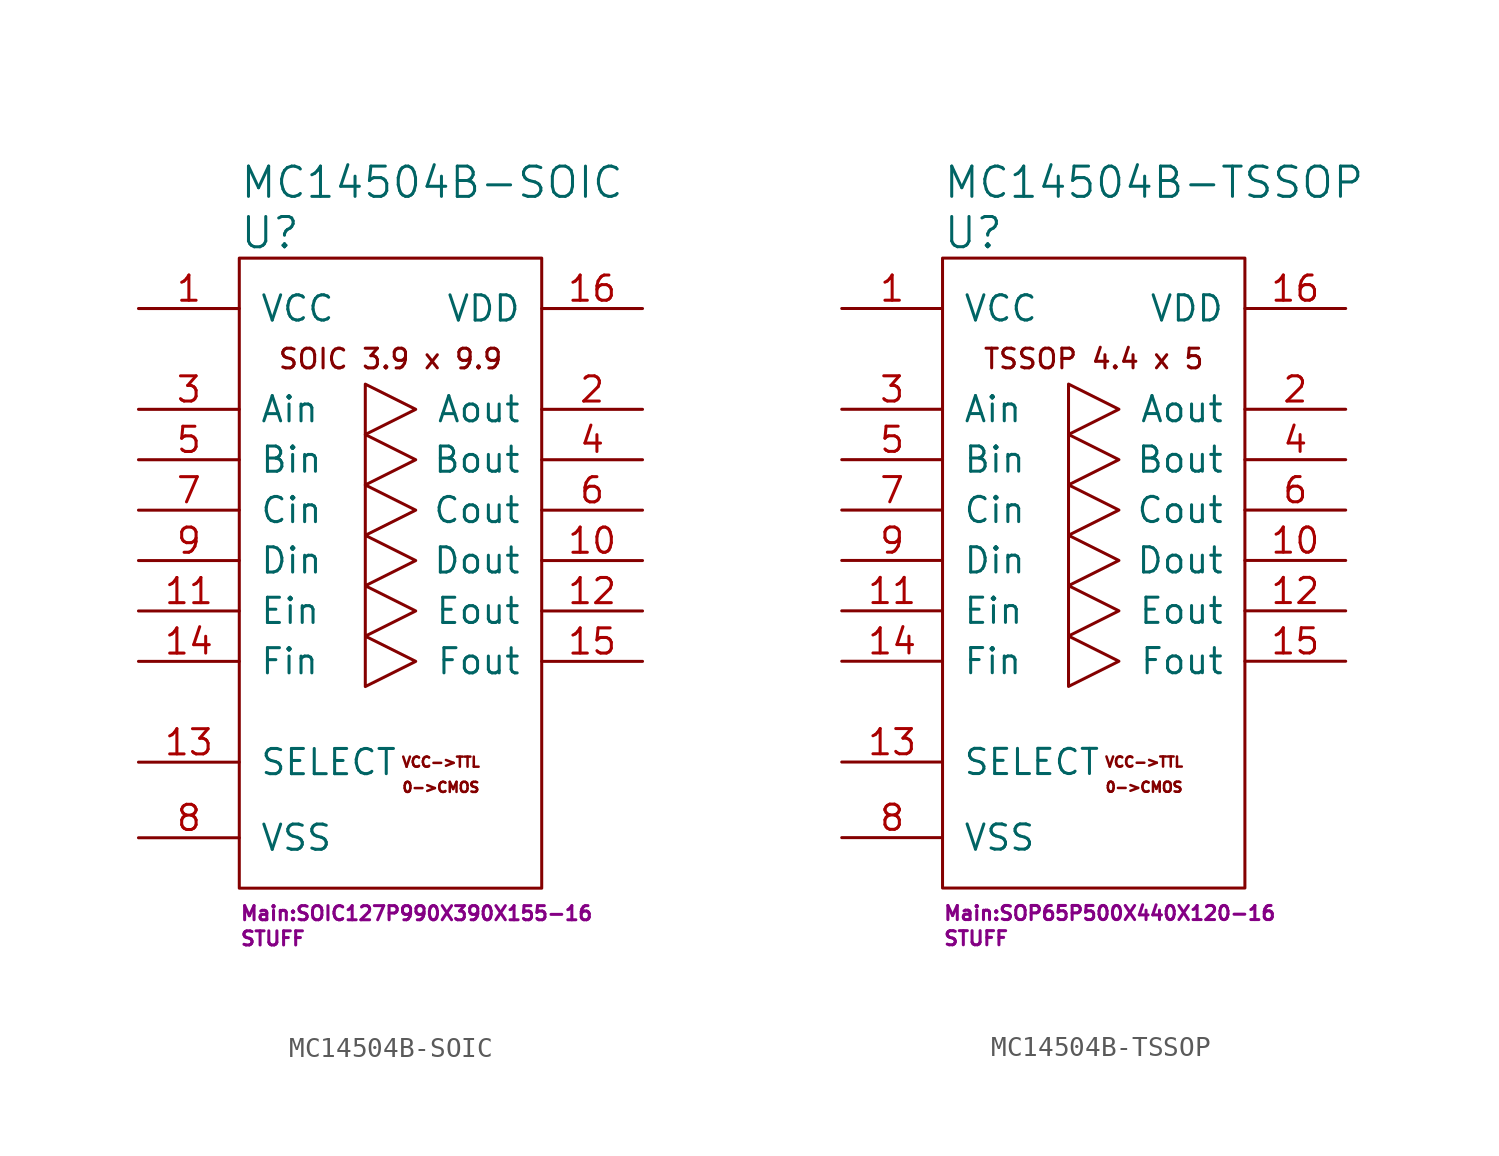
<source format=kicad_sym>
(kicad_symbol_lib
  (version 20211014)
  (generator kicad_symbol_editor)
  (symbol "MC14504B-SOIC"
    (pin_names
      (offset 1.016))
    (property "Reference" "U"
      (at -7.62 16.51 0)
      (effects (font (size 1.524 1.524)) (justify left)))
    (property "Value" "MC14504B-SOIC"
      (at -7.62 19.05 0)
      (effects (font (size 1.524 1.524)) (justify left)))
    (property "Footprint" "Main:SOIC127P990X390X155-16"
      (at -7.62 -17.78 0)
      (effects (font (size 0.711 0.711)) (justify left)))
    (property "Datasheet" ""
      (at 3.81 19.05 0)
      (effects (font (size 1.524 1.524))))
    (property "SKU" "STUFF"
      (at -7.62 -19.05 0)
      (effects (font (size 0.711 0.711)) (justify left)))
    (symbol "MC14504B-SOIC_0_0"
      (text "0->CMOS" (at 2.54 -11.43 0) (effects (font (size 0.508 0.508))))
      (text "SOIC 3.9 x 9.9" (at 0 10.16 0) (effects (font (size 0.991 0.991))))
      (text "VCC->TTL" (at 2.54 -10.16 0) (effects (font (size 0.508 0.508)))))
    (symbol "MC14504B-SOIC_0_1"
      (rectangle (start -7.62 15.24) (end 7.62 -16.51) (stroke (width 0) (type default) (color 0 0 0 0)) (fill (type none)))
      (polyline (pts (xy -1.27 6.35) (xy -1.27 3.81) (xy 1.27 5.08) (xy -1.27 6.35)) (stroke (width 0) (type default) (color 0 0 0 0)) (fill (type none)))
      (polyline (pts (xy -1.27 8.89) (xy -1.27 6.35) (xy 1.27 7.62) (xy -1.27 8.89)) (stroke (width 0) (type default) (color 0 0 0 0)) (fill (type none)))
      (polyline (pts (xy -1.27 3.81) (xy -1.27 -6.35) (xy 1.27 -5.08) (xy -1.27 -3.81) (xy 1.27 -2.54) (xy -1.27 -1.27) (xy 1.27 0) (xy -1.27 1.27) (xy 1.27 2.54) (xy -1.27 3.81)) (stroke (width 0) (type default) (color 0 0 0 0)) (fill (type none))))
    (symbol "MC14504B-SOIC_1_1"
      (pin power_in line (at -12.7 12.7 0) (length 5.08) (name "VCC" (effects (font (size 1.27 1.27)))) (number "1" (effects (font (size 1.27 1.27)))))
      (pin output line (at 12.7 0 180) (length 5.08) (name "Dout" (effects (font (size 1.27 1.27)))) (number "10" (effects (font (size 1.27 1.27)))))
      (pin input line (at -12.7 -2.54 0) (length 5.08) (name "Ein" (effects (font (size 1.27 1.27)))) (number "11" (effects (font (size 1.27 1.27)))))
      (pin output line (at 12.7 -2.54 180) (length 5.08) (name "Eout" (effects (font (size 1.27 1.27)))) (number "12" (effects (font (size 1.27 1.27)))))
      (pin input line (at -12.7 -10.16 0) (length 5.08) (name "SELECT" (effects (font (size 1.27 1.27)))) (number "13" (effects (font (size 1.27 1.27)))))
      (pin input line (at -12.7 -5.08 0) (length 5.08) (name "Fin" (effects (font (size 1.27 1.27)))) (number "14" (effects (font (size 1.27 1.27)))))
      (pin output line (at 12.7 -5.08 180) (length 5.08) (name "Fout" (effects (font (size 1.27 1.27)))) (number "15" (effects (font (size 1.27 1.27)))))
      (pin power_in line (at 12.7 12.7 180) (length 5.08) (name "VDD" (effects (font (size 1.27 1.27)))) (number "16" (effects (font (size 1.27 1.27)))))
      (pin output line (at 12.7 7.62 180) (length 5.08) (name "Aout" (effects (font (size 1.27 1.27)))) (number "2" (effects (font (size 1.27 1.27)))))
      (pin input line (at -12.7 7.62 0) (length 5.08) (name "Ain" (effects (font (size 1.27 1.27)))) (number "3" (effects (font (size 1.27 1.27)))))
      (pin output line (at 12.7 5.08 180) (length 5.08) (name "Bout" (effects (font (size 1.27 1.27)))) (number "4" (effects (font (size 1.27 1.27)))))
      (pin input line (at -12.7 5.08 0) (length 5.08) (name "Bin" (effects (font (size 1.27 1.27)))) (number "5" (effects (font (size 1.27 1.27)))))
      (pin output line (at 12.7 2.54 180) (length 5.08) (name "Cout" (effects (font (size 1.27 1.27)))) (number "6" (effects (font (size 1.27 1.27)))))
      (pin input line (at -12.7 2.54 0) (length 5.08) (name "Cin" (effects (font (size 1.27 1.27)))) (number "7" (effects (font (size 1.27 1.27)))))
      (pin power_in line (at -12.7 -13.97 0) (length 5.08) (name "VSS" (effects (font (size 1.27 1.27)))) (number "8" (effects (font (size 1.27 1.27)))))
      (pin input line (at -12.7 0 0) (length 5.08) (name "Din" (effects (font (size 1.27 1.27)))) (number "9" (effects (font (size 1.27 1.27)))))))
  (symbol "MC14504B-TSSOP"
    (pin_names
      (offset 1.016))
    (property "Reference" "U"
      (at -7.62 16.51 0)
      (effects (font (size 1.524 1.524)) (justify left)))
    (property "Value" "MC14504B-TSSOP"
      (at -7.62 19.05 0)
      (effects (font (size 1.524 1.524)) (justify left)))
    (property "Footprint" "Main:SOP65P500X440X120-16"
      (at -7.62 -17.78 0)
      (effects (font (size 0.711 0.711)) (justify left)))
    (property "Datasheet" ""
      (at 3.81 19.05 0)
      (effects (font (size 1.524 1.524))))
    (property "SKU" "STUFF"
      (at -7.62 -19.05 0)
      (effects (font (size 0.711 0.711)) (justify left)))
    (symbol "MC14504B-TSSOP_0_0"
      (text "0->CMOS" (at 2.54 -11.43 0) (effects (font (size 0.508 0.508))))
      (text "TSSOP 4.4 x 5" (at 0 10.16 0) (effects (font (size 0.991 0.991))))
      (text "VCC->TTL" (at 2.54 -10.16 0) (effects (font (size 0.508 0.508)))))
    (symbol "MC14504B-TSSOP_0_1"
      (rectangle (start -7.62 15.24) (end 7.62 -16.51) (stroke (width 0) (type default) (color 0 0 0 0)) (fill (type none)))
      (polyline (pts (xy -1.27 6.35) (xy -1.27 3.81) (xy 1.27 5.08) (xy -1.27 6.35)) (stroke (width 0) (type default) (color 0 0 0 0)) (fill (type none)))
      (polyline (pts (xy -1.27 8.89) (xy -1.27 6.35) (xy 1.27 7.62) (xy -1.27 8.89)) (stroke (width 0) (type default) (color 0 0 0 0)) (fill (type none)))
      (polyline (pts (xy -1.27 3.81) (xy -1.27 -6.35) (xy 1.27 -5.08) (xy -1.27 -3.81) (xy 1.27 -2.54) (xy -1.27 -1.27) (xy 1.27 0) (xy -1.27 1.27) (xy 1.27 2.54) (xy -1.27 3.81)) (stroke (width 0) (type default) (color 0 0 0 0)) (fill (type none))))
    (symbol "MC14504B-TSSOP_1_1"
      (pin power_in line (at -12.7 12.7 0) (length 5.08) (name "VCC" (effects (font (size 1.27 1.27)))) (number "1" (effects (font (size 1.27 1.27)))))
      (pin output line (at 12.7 0 180) (length 5.08) (name "Dout" (effects (font (size 1.27 1.27)))) (number "10" (effects (font (size 1.27 1.27)))))
      (pin input line (at -12.7 -2.54 0) (length 5.08) (name "Ein" (effects (font (size 1.27 1.27)))) (number "11" (effects (font (size 1.27 1.27)))))
      (pin output line (at 12.7 -2.54 180) (length 5.08) (name "Eout" (effects (font (size 1.27 1.27)))) (number "12" (effects (font (size 1.27 1.27)))))
      (pin input line (at -12.7 -10.16 0) (length 5.08) (name "SELECT" (effects (font (size 1.27 1.27)))) (number "13" (effects (font (size 1.27 1.27)))))
      (pin input line (at -12.7 -5.08 0) (length 5.08) (name "Fin" (effects (font (size 1.27 1.27)))) (number "14" (effects (font (size 1.27 1.27)))))
      (pin output line (at 12.7 -5.08 180) (length 5.08) (name "Fout" (effects (font (size 1.27 1.27)))) (number "15" (effects (font (size 1.27 1.27)))))
      (pin power_in line (at 12.7 12.7 180) (length 5.08) (name "VDD" (effects (font (size 1.27 1.27)))) (number "16" (effects (font (size 1.27 1.27)))))
      (pin output line (at 12.7 7.62 180) (length 5.08) (name "Aout" (effects (font (size 1.27 1.27)))) (number "2" (effects (font (size 1.27 1.27)))))
      (pin input line (at -12.7 7.62 0) (length 5.08) (name "Ain" (effects (font (size 1.27 1.27)))) (number "3" (effects (font (size 1.27 1.27)))))
      (pin output line (at 12.7 5.08 180) (length 5.08) (name "Bout" (effects (font (size 1.27 1.27)))) (number "4" (effects (font (size 1.27 1.27)))))
      (pin input line (at -12.7 5.08 0) (length 5.08) (name "Bin" (effects (font (size 1.27 1.27)))) (number "5" (effects (font (size 1.27 1.27)))))
      (pin output line (at 12.7 2.54 180) (length 5.08) (name "Cout" (effects (font (size 1.27 1.27)))) (number "6" (effects (font (size 1.27 1.27)))))
      (pin input line (at -12.7 2.54 0) (length 5.08) (name "Cin" (effects (font (size 1.27 1.27)))) (number "7" (effects (font (size 1.27 1.27)))))
      (pin power_in line (at -12.7 -13.97 0) (length 5.08) (name "VSS" (effects (font (size 1.27 1.27)))) (number "8" (effects (font (size 1.27 1.27)))))
      (pin input line (at -12.7 0 0) (length 5.08) (name "Din" (effects (font (size 1.27 1.27)))) (number "9" (effects (font (size 1.27 1.27))))))))
</source>
